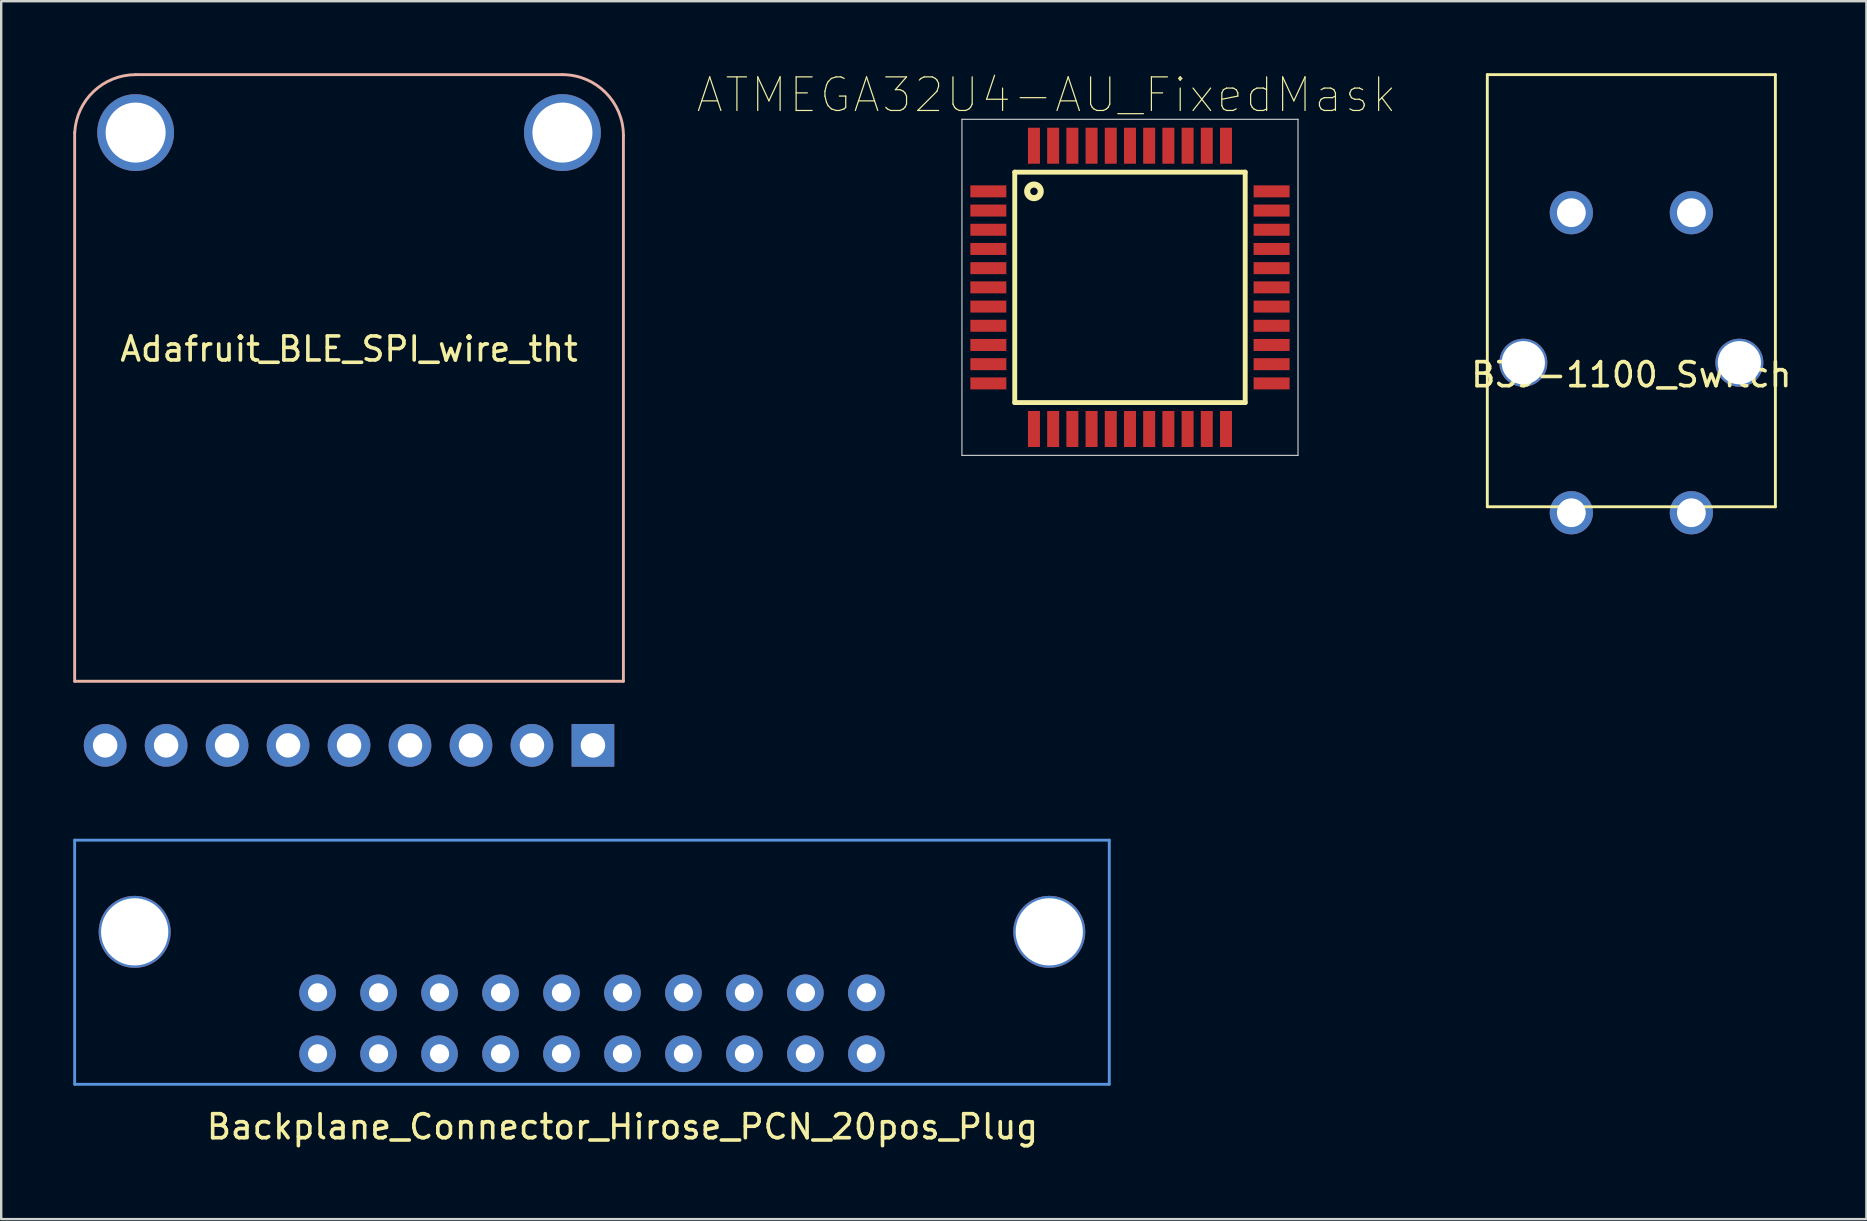
<source format=kicad_pcb>
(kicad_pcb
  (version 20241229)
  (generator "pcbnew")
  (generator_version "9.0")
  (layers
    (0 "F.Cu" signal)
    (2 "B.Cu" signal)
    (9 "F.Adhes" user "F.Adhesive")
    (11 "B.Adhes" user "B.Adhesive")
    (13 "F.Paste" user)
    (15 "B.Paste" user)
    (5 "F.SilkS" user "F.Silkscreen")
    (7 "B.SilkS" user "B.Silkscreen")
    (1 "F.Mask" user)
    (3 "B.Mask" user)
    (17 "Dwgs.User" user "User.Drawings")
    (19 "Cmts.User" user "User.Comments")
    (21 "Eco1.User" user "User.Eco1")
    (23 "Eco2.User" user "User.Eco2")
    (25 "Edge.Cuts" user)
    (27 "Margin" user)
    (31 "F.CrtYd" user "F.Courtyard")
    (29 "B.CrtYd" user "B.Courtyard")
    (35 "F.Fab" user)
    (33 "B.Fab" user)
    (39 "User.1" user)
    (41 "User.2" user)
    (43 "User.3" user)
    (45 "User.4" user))
  (footprint "Backplane_Connector_Hirose_PCN_20pos_Plug"
    (layer "F.Cu")
    (at 21.61 43.389)
    (property "Reference" "Backplane_Connector_Hirose_PCN_20pos_Plug" (at 1.27 0.5 0) (layer "F.SilkS") (effects (font (size 1 1) (thickness 0.15))))
    (attr through_hole)
    (fp_line (start -21.55 -11.44) (end -21.55 -1.27) (stroke (width 0.12) (type solid)) (layer "Cmts.User"))
    (fp_line (start -21.55 -1.27) (end 21.55 -1.27) (stroke (width 0.12) (type solid)) (layer "Cmts.User"))
    (fp_line (start 21.55 -11.44) (end -21.55 -11.44) (stroke (width 0.12) (type solid)) (layer "Cmts.User"))
    (fp_line (start 21.55 -1.27) (end 21.55 -11.44) (stroke (width 0.12) (type solid)) (layer "Cmts.User"))
    (pad "" np_thru_hole circle (at -19.05 -7.62 180) (size 3 3) (drill 2.8) (layers "*.Cu" "*.Mask"))
    (pad "" np_thru_hole circle (at 19.05 -7.62 180) (size 3 3) (drill 2.8) (layers "*.Cu" "*.Mask"))
    (pad "1" thru_hole circle (at -11.43 -2.54 180) (size 1.524 1.524) (drill 0.8) (layers "*.Cu" "*.Mask"))
    (pad "2" thru_hole circle (at -8.89 -2.54 180) (size 1.524 1.524) (drill 0.8) (layers "*.Cu" "*.Mask"))
    (pad "3" thru_hole circle (at -6.35 -2.54 180) (size 1.524 1.524) (drill 0.8) (layers "*.Cu" "*.Mask"))
    (pad "4" thru_hole circle (at -3.81 -2.54 180) (size 1.524 1.524) (drill 0.8) (layers "*.Cu" "*.Mask"))
    (pad "5" thru_hole circle (at -1.27 -2.54 180) (size 1.524 1.524) (drill 0.8) (layers "*.Cu" "*.Mask"))
    (pad "6" thru_hole circle (at 1.27 -2.54 180) (size 1.524 1.524) (drill 0.8) (layers "*.Cu" "*.Mask"))
    (pad "7" thru_hole circle (at 3.81 -2.54 180) (size 1.524 1.524) (drill 0.8) (layers "*.Cu" "*.Mask"))
    (pad "8" thru_hole circle (at 6.35 -2.54 180) (size 1.524 1.524) (drill 0.8) (layers "*.Cu" "*.Mask"))
    (pad "9" thru_hole circle (at 8.89 -2.54 180) (size 1.524 1.524) (drill 0.8) (layers "*.Cu" "*.Mask"))
    (pad "10" thru_hole circle (at 11.43 -2.54 180) (size 1.524 1.524) (drill 0.8) (layers "*.Cu" "*.Mask"))
    (pad "11" thru_hole circle (at 11.43 -5.08 180) (size 1.524 1.524) (drill 0.8) (layers "*.Cu" "*.Mask"))
    (pad "12" thru_hole circle (at 8.89 -5.08 180) (size 1.524 1.524) (drill 0.8) (layers "*.Cu" "*.Mask"))
    (pad "13" thru_hole circle (at 6.35 -5.08 180) (size 1.524 1.524) (drill 0.8) (layers "*.Cu" "*.Mask"))
    (pad "14" thru_hole circle (at 3.81 -5.08 180) (size 1.524 1.524) (drill 0.8) (layers "*.Cu" "*.Mask"))
    (pad "15" thru_hole circle (at 1.27 -5.08 180) (size 1.524 1.524) (drill 0.8) (layers "*.Cu" "*.Mask"))
    (pad "16" thru_hole circle (at -1.27 -5.08 180) (size 1.524 1.524) (drill 0.8) (layers "*.Cu" "*.Mask"))
    (pad "17" thru_hole circle (at -3.81 -5.08 180) (size 1.524 1.524) (drill 0.8) (layers "*.Cu" "*.Mask"))
    (pad "18" thru_hole circle (at -6.35 -5.08 180) (size 1.524 1.524) (drill 0.8) (layers "*.Cu" "*.Mask"))
    (pad "19" thru_hole circle (at -8.89 -5.08 180) (size 1.524 1.524) (drill 0.8) (layers "*.Cu" "*.Mask"))
    (pad "20" thru_hole circle (at -11.43 -5.08 180) (size 1.524 1.524) (drill 0.8) (layers "*.Cu" "*.Mask")))
  (footprint "B3J-1100_Switch"
    (layer "F.Cu")
    (at 64.908 12.06)
    (property "Reference" "B3J-1100_Switch" (at 0 0.5 0) (layer "F.SilkS") (effects (font (size 1 1) (thickness 0.15))))
    (attr through_hole)
    (fp_line (start -6 -12) (end 6 -12) (stroke (width 0.12) (type solid)) (layer "F.SilkS"))
    (fp_line (start -6 6) (end -6 -12) (stroke (width 0.12) (type solid)) (layer "F.SilkS"))
    (fp_line (start 6 -12) (end 6 6) (stroke (width 0.12) (type solid)) (layer "F.SilkS"))
    (fp_line (start 6 6) (end -6 6) (stroke (width 0.12) (type solid)) (layer "F.SilkS"))
    (pad "" np_thru_hole circle (at -4.5 0) (size 2 2) (drill 1.8) (layers "*.Cu" "*.Mask"))
    (pad "" np_thru_hole circle (at 4.5 0) (size 2 2) (drill 1.8) (layers "*.Cu" "*.Mask"))
    (pad "1" thru_hole circle (at -2.5 -6.25) (size 1.8 1.8) (drill 1.2) (layers "*.Cu" "*.Mask"))
    (pad "1" thru_hole circle (at -2.5 6.25) (size 1.8 1.8) (drill 1.2) (layers "*.Cu" "*.Mask"))
    (pad "2" thru_hole circle (at 2.5 -6.25) (size 1.8 1.8) (drill 1.2) (layers "*.Cu" "*.Mask"))
    (pad "2" thru_hole circle (at 2.5 6.25) (size 1.8 1.8) (drill 1.2) (layers "*.Cu" "*.Mask")))
  (footprint "ATMEGA32U4-AU_FixedMask"
    (layer "F.Cu")
    (at 44.022 8.921)
    (property "Reference" "ATMEGA32U4-AU_FixedMask" (at -3.474 -8.014 0) (layer "F.SilkS") (effects (font (size 1.4 1.4) (thickness 0.05))))
    (attr smd)
    (fp_line (start -4.8 -4.8) (end 4.8 -4.8) (stroke (width 0.203) (type solid)) (layer "F.SilkS"))
    (fp_line (start -4.8 4.8) (end -4.8 -4.8) (stroke (width 0.203) (type solid)) (layer "F.SilkS"))
    (fp_line (start 4.8 -4.8) (end 4.8 4.8) (stroke (width 0.203) (type solid)) (layer "F.SilkS"))
    (fp_line (start 4.8 4.8) (end -4.8 4.8) (stroke (width 0.203) (type solid)) (layer "F.SilkS"))
    (fp_circle (center -4 -4) (end -3.717 -4) (stroke (width 0.254) (type solid)) (fill no) (layer "F.SilkS"))
    (fp_line (start -7 -7) (end 7 -7) (stroke (width 0.05) (type solid)) (layer "Dwgs.User"))
    (fp_line (start -7 7) (end -7 -7) (stroke (width 0.05) (type solid)) (layer "Dwgs.User"))
    (fp_line (start 7 -7) (end 7 7) (stroke (width 0.05) (type solid)) (layer "Dwgs.User"))
    (fp_line (start 7 7) (end -7 7) (stroke (width 0.05) (type solid)) (layer "Dwgs.User"))
    (pad "1" smd rect (at -5.9 -4) (size 1.5 0.5) (layers "F.Cu" "F.Mask" "F.Paste"))
    (pad "2" smd rect (at -5.9 -3.2) (size 1.5 0.5) (layers "F.Cu" "F.Mask" "F.Paste"))
    (pad "3" smd rect (at -5.9 -2.4) (size 1.5 0.5) (layers "F.Cu" "F.Mask" "F.Paste"))
    (pad "4" smd rect (at -5.9 -1.6) (size 1.5 0.5) (layers "F.Cu" "F.Mask" "F.Paste"))
    (pad "5" smd rect (at -5.9 -0.8) (size 1.5 0.5) (layers "F.Cu" "F.Mask" "F.Paste"))
    (pad "6" smd rect (at -5.9 0) (size 1.5 0.5) (layers "F.Cu" "F.Mask" "F.Paste"))
    (pad "7" smd rect (at -5.9 0.8) (size 1.5 0.5) (layers "F.Cu" "F.Mask" "F.Paste"))
    (pad "8" smd rect (at -5.9 1.6) (size 1.5 0.5) (layers "F.Cu" "F.Mask" "F.Paste"))
    (pad "9" smd rect (at -5.9 2.4) (size 1.5 0.5) (layers "F.Cu" "F.Mask" "F.Paste"))
    (pad "10" smd rect (at -5.9 3.2) (size 1.5 0.5) (layers "F.Cu" "F.Mask" "F.Paste"))
    (pad "11" smd rect (at -5.9 4) (size 1.5 0.5) (layers "F.Cu" "F.Mask" "F.Paste"))
    (pad "12" smd rect (at -4 5.9) (size 0.5 1.5) (layers "F.Cu" "F.Mask" "F.Paste"))
    (pad "13" smd rect (at -3.2 5.9) (size 0.5 1.5) (layers "F.Cu" "F.Mask" "F.Paste"))
    (pad "14" smd rect (at -2.4 5.9) (size 0.5 1.5) (layers "F.Cu" "F.Mask" "F.Paste"))
    (pad "15" smd rect (at -1.6 5.9) (size 0.5 1.5) (layers "F.Cu" "F.Mask" "F.Paste"))
    (pad "16" smd rect (at -0.8 5.9) (size 0.5 1.5) (layers "F.Cu" "F.Mask" "F.Paste"))
    (pad "17" smd rect (at 0 5.9) (size 0.5 1.5) (layers "F.Cu" "F.Mask" "F.Paste"))
    (pad "18" smd rect (at 0.8 5.9) (size 0.5 1.5) (layers "F.Cu" "F.Mask" "F.Paste"))
    (pad "19" smd rect (at 1.6 5.9) (size 0.5 1.5) (layers "F.Cu" "F.Mask" "F.Paste"))
    (pad "20" smd rect (at 2.4 5.9) (size 0.5 1.5) (layers "F.Cu" "F.Mask" "F.Paste"))
    (pad "21" smd rect (at 3.2 5.9) (size 0.5 1.5) (layers "F.Cu" "F.Mask" "F.Paste"))
    (pad "22" smd rect (at 4 5.9) (size 0.5 1.5) (layers "F.Cu" "F.Mask" "F.Paste"))
    (pad "23" smd rect (at 5.9 4) (size 1.5 0.5) (layers "F.Cu" "F.Mask" "F.Paste"))
    (pad "24" smd rect (at 5.9 3.2) (size 1.5 0.5) (layers "F.Cu" "F.Mask" "F.Paste"))
    (pad "25" smd rect (at 5.9 2.4) (size 1.5 0.5) (layers "F.Cu" "F.Mask" "F.Paste"))
    (pad "26" smd rect (at 5.9 1.6) (size 1.5 0.5) (layers "F.Cu" "F.Mask" "F.Paste"))
    (pad "27" smd rect (at 5.9 0.8) (size 1.5 0.5) (layers "F.Cu" "F.Mask" "F.Paste"))
    (pad "28" smd rect (at 5.9 0) (size 1.5 0.5) (layers "F.Cu" "F.Mask" "F.Paste"))
    (pad "29" smd rect (at 5.9 -0.8) (size 1.5 0.5) (layers "F.Cu" "F.Mask" "F.Paste"))
    (pad "30" smd rect (at 5.9 -1.6) (size 1.5 0.5) (layers "F.Cu" "F.Mask" "F.Paste"))
    (pad "31" smd rect (at 5.9 -2.4) (size 1.5 0.5) (layers "F.Cu" "F.Mask" "F.Paste"))
    (pad "32" smd rect (at 5.9 -3.2) (size 1.5 0.5) (layers "F.Cu" "F.Mask" "F.Paste"))
    (pad "33" smd rect (at 5.9 -4) (size 1.5 0.5) (layers "F.Cu" "F.Mask" "F.Paste"))
    (pad "34" smd rect (at 4 -5.9) (size 0.5 1.5) (layers "F.Cu" "F.Mask" "F.Paste"))
    (pad "35" smd rect (at 3.2 -5.9) (size 0.5 1.5) (layers "F.Cu" "F.Mask" "F.Paste"))
    (pad "36" smd rect (at 2.4 -5.9) (size 0.5 1.5) (layers "F.Cu" "F.Mask" "F.Paste"))
    (pad "37" smd rect (at 1.6 -5.9) (size 0.5 1.5) (layers "F.Cu" "F.Mask" "F.Paste"))
    (pad "38" smd rect (at 0.8 -5.9) (size 0.5 1.5) (layers "F.Cu" "F.Mask" "F.Paste"))
    (pad "39" smd rect (at 0 -5.9) (size 0.5 1.5) (layers "F.Cu" "F.Mask" "F.Paste"))
    (pad "40" smd rect (at -0.8 -5.9) (size 0.5 1.5) (layers "F.Cu" "F.Mask" "F.Paste"))
    (pad "41" smd rect (at -1.6 -5.9) (size 0.5 1.5) (layers "F.Cu" "F.Mask" "F.Paste"))
    (pad "42" smd rect (at -2.4 -5.9) (size 0.5 1.5) (layers "F.Cu" "F.Mask" "F.Paste"))
    (pad "43" smd rect (at -3.2 -5.9) (size 0.5 1.5) (layers "F.Cu" "F.Mask" "F.Paste"))
    (pad "44" smd rect (at -4 -5.9) (size 0.5 1.5) (layers "F.Cu" "F.Mask" "F.Paste")))
  (footprint "Adafruit_BLE_SPI_wire_tht"
    (layer "F.Cu")
    (at 11.49 22.92)
    (property "Reference" "Adafruit_BLE_SPI_wire_tht" (at 0 -11.43 0) (layer "F.SilkS") (effects (font (size 1 1) (thickness 0.15))))
    (attr through_hole)
    (fp_line (start -11.43 -20.447) (end -11.43 2.41) (stroke (width 0.12) (type solid)) (layer "B.SilkS"))
    (fp_line (start -11.43 2.41) (end 11.43 2.41) (stroke (width 0.12) (type solid)) (layer "B.SilkS"))
    (fp_line (start 8.89 -22.86) (end -8.89 -22.86) (stroke (width 0.12) (type solid)) (layer "B.SilkS"))
    (fp_line (start 11.43 2.41) (end 11.43 -20.32) (stroke (width 0.12) (type solid)) (layer "B.SilkS"))
    (fp_arc (start -11.426747 -20.448506) (mid -10.640028 -22.160924) (end -8.89 -22.86) (stroke (width 0.12) (type solid)) (layer "B.SilkS"))
    (fp_arc (start 8.89 -22.86) (mid 10.686051 -22.116051) (end 11.43 -20.32) (stroke (width 0.12) (type solid)) (layer "B.SilkS"))
    (pad "" np_thru_hole circle (at -8.89 -20.447) (size 3.2 3.2) (drill 2.5) (layers "*.Cu" "*.Mask"))
    (pad "" np_thru_hole circle (at 8.89 -20.447) (size 3.2 3.2) (drill 2.5) (layers "*.Cu" "*.Mask"))
    (pad "1" thru_hole rect (at 10.16 5.08) (size 1.778 1.778) (drill 1.02) (layers "*.Cu" "*.Mask"))
    (pad "2" thru_hole circle (at 7.62 5.08) (size 1.778 1.778) (drill 1.02) (layers "*.Cu" "*.Mask"))
    (pad "3" thru_hole circle (at 5.08 5.08) (size 1.778 1.778) (drill 1.02) (layers "*.Cu" "*.Mask"))
    (pad "4" thru_hole circle (at 2.54 5.08) (size 1.778 1.778) (drill 1.02) (layers "*.Cu" "*.Mask"))
    (pad "5" thru_hole circle (at 0 5.08) (size 1.778 1.778) (drill 1.02) (layers "*.Cu" "*.Mask"))
    (pad "6" thru_hole circle (at -2.54 5.08) (size 1.778 1.778) (drill 1.02) (layers "*.Cu" "*.Mask"))
    (pad "7" thru_hole circle (at -5.08 5.08) (size 1.778 1.778) (drill 1.02) (layers "*.Cu" "*.Mask"))
    (pad "8" thru_hole circle (at -7.62 5.08) (size 1.778 1.778) (drill 1.02) (layers "*.Cu" "*.Mask"))
    (pad "9" thru_hole circle (at -10.16 5.08) (size 1.778 1.778) (drill 1.02) (layers "*.Cu" "*.Mask")))
  (gr_rect
    (start -3 -3)
    (end 74.7 47.737)
    (stroke (width 0.1) (type default))
    (fill no)
    (layer "Edge.Cuts")))
</source>
